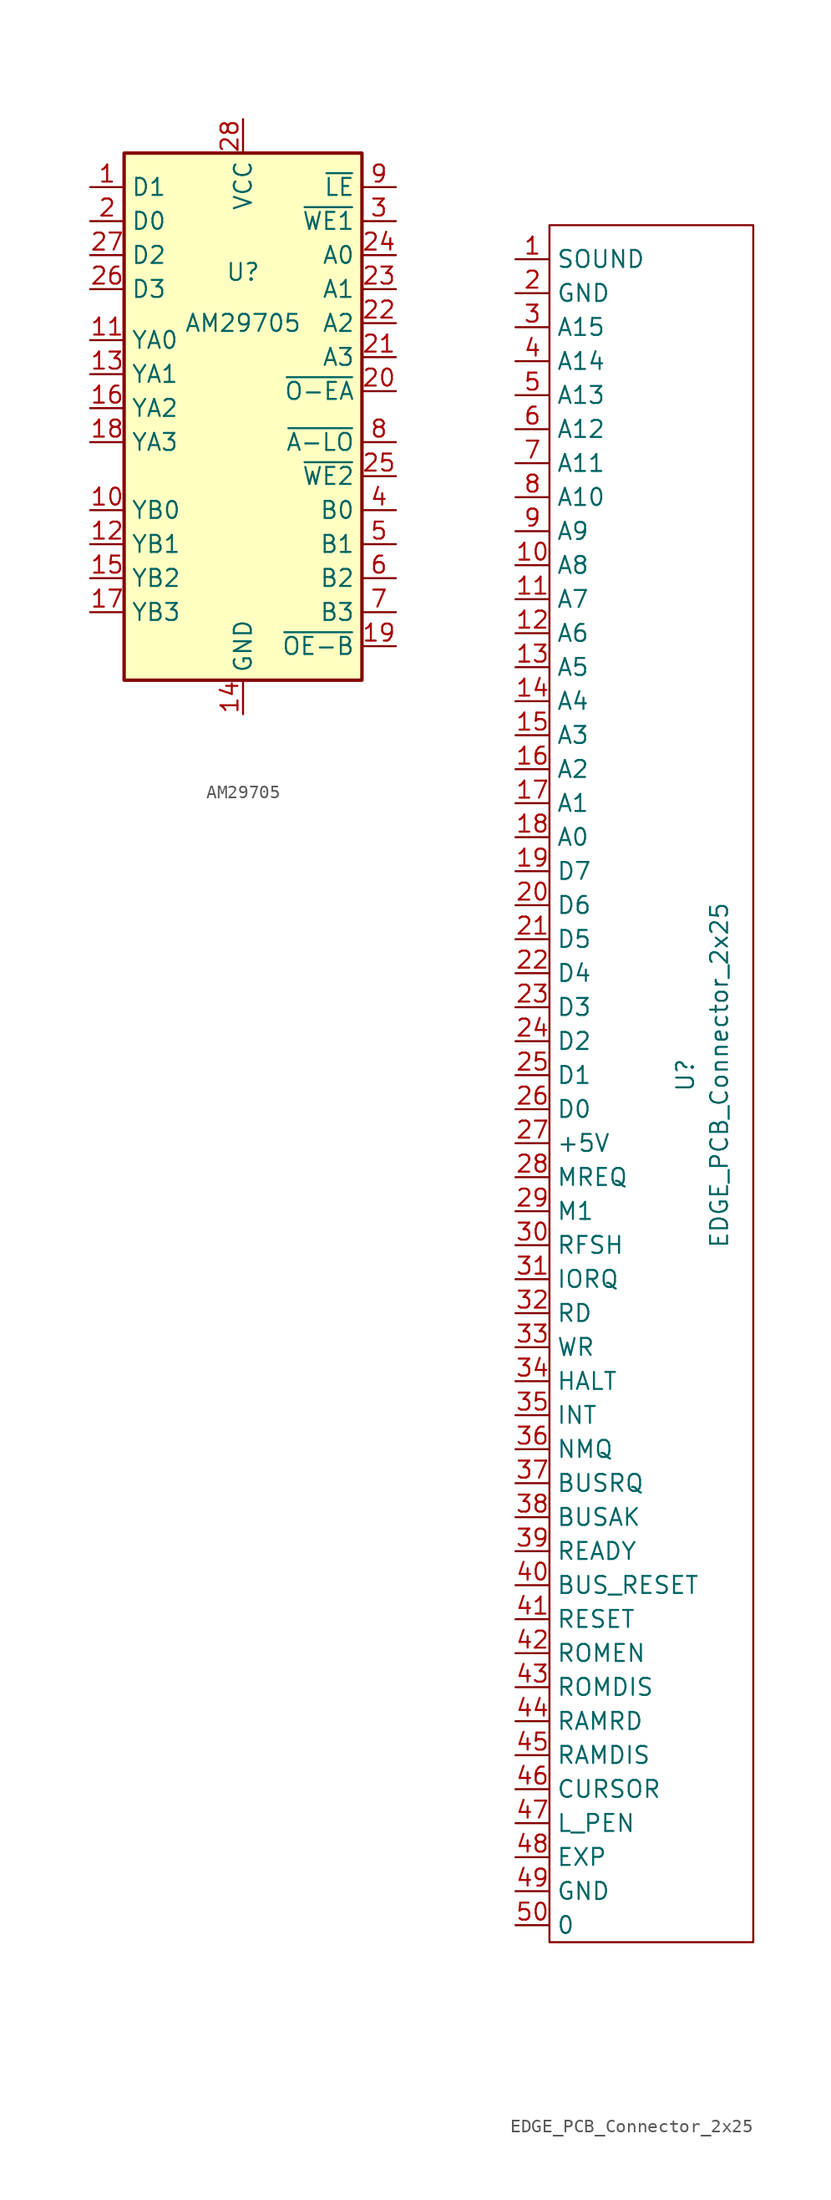
<source format=kicad_sym>
(kicad_symbol_lib
  (version 20211014)
  (generator kicad_symbol_editor)
  (symbol "AM29705"
    (property "Reference" "U"
      (at 8.89 -8.89 0)
      (effects (font (size 1.27 1.27))))
    (property "Value" "AM29705"
      (at 8.89 -12.7 0)
      (effects (font (size 1.27 1.27))))
    (symbol "AM29705_0_0"
      (rectangle (start 0 0) (end 17.78 -39.37) (stroke (width 0.254) (type default) (color 0 0 0 0)) (fill (type background)))
      (pin input line (at -2.54 -2.54 0) (length 2.54) (name "D1" (effects (font (size 1.27 1.27)))) (number "1" (effects (font (size 1.27 1.27)))))
      (pin output line (at -2.54 -26.67 0) (length 2.54) (name "YB0" (effects (font (size 1.27 1.27)))) (number "10" (effects (font (size 1.27 1.27)))))
      (pin output line (at -2.54 -13.97 0) (length 2.54) (name "YA0" (effects (font (size 1.27 1.27)))) (number "11" (effects (font (size 1.27 1.27)))))
      (pin output line (at -2.54 -29.21 0) (length 2.54) (name "YB1" (effects (font (size 1.27 1.27)))) (number "12" (effects (font (size 1.27 1.27)))))
      (pin output line (at -2.54 -16.51 0) (length 2.54) (name "YA1" (effects (font (size 1.27 1.27)))) (number "13" (effects (font (size 1.27 1.27)))))
      (pin power_in line (at 8.89 -41.91 90) (length 2.54) (name "GND" (effects (font (size 1.27 1.27)))) (number "14" (effects (font (size 1.27 1.27)))))
      (pin output line (at -2.54 -31.75 0) (length 2.54) (name "YB2" (effects (font (size 1.27 1.27)))) (number "15" (effects (font (size 1.27 1.27)))))
      (pin output line (at -2.54 -19.05 0) (length 2.54) (name "YA2" (effects (font (size 1.27 1.27)))) (number "16" (effects (font (size 1.27 1.27)))))
      (pin output line (at -2.54 -34.29 0) (length 2.54) (name "YB3" (effects (font (size 1.27 1.27)))) (number "17" (effects (font (size 1.27 1.27)))))
      (pin output line (at -2.54 -21.59 0) (length 2.54) (name "YA3" (effects (font (size 1.27 1.27)))) (number "18" (effects (font (size 1.27 1.27)))))
      (pin output line (at 20.32 -36.83 180) (length 2.54) (name "~{OE-B}" (effects (font (size 1.27 1.27)))) (number "19" (effects (font (size 1.27 1.27)))))
      (pin input line (at -2.54 -5.08 0) (length 2.54) (name "D0" (effects (font (size 1.27 1.27)))) (number "2" (effects (font (size 1.27 1.27)))))
      (pin output line (at 20.32 -17.78 180) (length 2.54) (name "~{O-EA}" (effects (font (size 1.27 1.27)))) (number "20" (effects (font (size 1.27 1.27)))))
      (pin input line (at 20.32 -15.24 180) (length 2.54) (name "A3" (effects (font (size 1.27 1.27)))) (number "21" (effects (font (size 1.27 1.27)))))
      (pin input line (at 20.32 -12.7 180) (length 2.54) (name "A2" (effects (font (size 1.27 1.27)))) (number "22" (effects (font (size 1.27 1.27)))))
      (pin input line (at 20.32 -10.16 180) (length 2.54) (name "A1" (effects (font (size 1.27 1.27)))) (number "23" (effects (font (size 1.27 1.27)))))
      (pin input line (at 20.32 -7.62 180) (length 2.54) (name "A0" (effects (font (size 1.27 1.27)))) (number "24" (effects (font (size 1.27 1.27)))))
      (pin input line (at 20.32 -24.13 180) (length 2.54) (name "~{WE2}" (effects (font (size 1.27 1.27)))) (number "25" (effects (font (size 1.27 1.27)))))
      (pin input line (at -2.54 -10.16 0) (length 2.54) (name "D3" (effects (font (size 1.27 1.27)))) (number "26" (effects (font (size 1.27 1.27)))))
      (pin input line (at -2.54 -7.62 0) (length 2.54) (name "D2" (effects (font (size 1.27 1.27)))) (number "27" (effects (font (size 1.27 1.27)))))
      (pin power_in line (at 8.89 2.54 270) (length 2.54) (name "VCC" (effects (font (size 1.27 1.27)))) (number "28" (effects (font (size 1.27 1.27)))))
      (pin input line (at 20.32 -5.08 180) (length 2.54) (name "~{WE1}" (effects (font (size 1.27 1.27)))) (number "3" (effects (font (size 1.27 1.27)))))
      (pin input line (at 20.32 -26.67 180) (length 2.54) (name "B0" (effects (font (size 1.27 1.27)))) (number "4" (effects (font (size 1.27 1.27)))))
      (pin input line (at 20.32 -29.21 180) (length 2.54) (name "B1" (effects (font (size 1.27 1.27)))) (number "5" (effects (font (size 1.27 1.27)))))
      (pin input line (at 20.32 -31.75 180) (length 2.54) (name "B2" (effects (font (size 1.27 1.27)))) (number "6" (effects (font (size 1.27 1.27)))))
      (pin input line (at 20.32 -34.29 180) (length 2.54) (name "B3" (effects (font (size 1.27 1.27)))) (number "7" (effects (font (size 1.27 1.27)))))
      (pin input line (at 20.32 -21.59 180) (length 2.54) (name "~{A-LO}" (effects (font (size 1.27 1.27)))) (number "8" (effects (font (size 1.27 1.27)))))
      (pin input line (at 20.32 -2.54 180) (length 2.54) (name "~{LE}" (effects (font (size 1.27 1.27)))) (number "9" (effects (font (size 1.27 1.27)))))))
  (symbol "EDGE_PCB_Connector_2x25"
    (property "Reference" "U"
      (at 10.16 64.77 90)
      (effects (font (size 1.27 1.27))))
    (property "Value" "EDGE_PCB_Connector_2x25"
      (at 12.7 64.77 90)
      (effects (font (size 1.27 1.27))))
    (symbol "EDGE_PCB_Connector_2x25_0_0"
      (pin input line (at -2.54 125.73 0) (length 2.54) (name "SOUND" (effects (font (size 1.27 1.27)))) (number "1" (effects (font (size 1.27 1.27)))))
      (pin input line (at -2.54 102.87 0) (length 2.54) (name "A8" (effects (font (size 1.27 1.27)))) (number "10" (effects (font (size 1.27 1.27)))))
      (pin input line (at -2.54 100.33 0) (length 2.54) (name "A7" (effects (font (size 1.27 1.27)))) (number "11" (effects (font (size 1.27 1.27)))))
      (pin input line (at -2.54 97.79 0) (length 2.54) (name "A6" (effects (font (size 1.27 1.27)))) (number "12" (effects (font (size 1.27 1.27)))))
      (pin input line (at -2.54 95.25 0) (length 2.54) (name "A5" (effects (font (size 1.27 1.27)))) (number "13" (effects (font (size 1.27 1.27)))))
      (pin input line (at -2.54 92.71 0) (length 2.54) (name "A4" (effects (font (size 1.27 1.27)))) (number "14" (effects (font (size 1.27 1.27)))))
      (pin input line (at -2.54 90.17 0) (length 2.54) (name "A3" (effects (font (size 1.27 1.27)))) (number "15" (effects (font (size 1.27 1.27)))))
      (pin input line (at -2.54 87.63 0) (length 2.54) (name "A2" (effects (font (size 1.27 1.27)))) (number "16" (effects (font (size 1.27 1.27)))))
      (pin input line (at -2.54 85.09 0) (length 2.54) (name "A1" (effects (font (size 1.27 1.27)))) (number "17" (effects (font (size 1.27 1.27)))))
      (pin input line (at -2.54 82.55 0) (length 2.54) (name "A0" (effects (font (size 1.27 1.27)))) (number "18" (effects (font (size 1.27 1.27)))))
      (pin input line (at -2.54 80.01 0) (length 2.54) (name "D7" (effects (font (size 1.27 1.27)))) (number "19" (effects (font (size 1.27 1.27)))))
      (pin input line (at -2.54 123.19 0) (length 2.54) (name "GND" (effects (font (size 1.27 1.27)))) (number "2" (effects (font (size 1.27 1.27)))))
      (pin input line (at -2.54 77.47 0) (length 2.54) (name "D6" (effects (font (size 1.27 1.27)))) (number "20" (effects (font (size 1.27 1.27)))))
      (pin input line (at -2.54 74.93 0) (length 2.54) (name "D5" (effects (font (size 1.27 1.27)))) (number "21" (effects (font (size 1.27 1.27)))))
      (pin input line (at -2.54 72.39 0) (length 2.54) (name "D4" (effects (font (size 1.27 1.27)))) (number "22" (effects (font (size 1.27 1.27)))))
      (pin input line (at -2.54 69.85 0) (length 2.54) (name "D3" (effects (font (size 1.27 1.27)))) (number "23" (effects (font (size 1.27 1.27)))))
      (pin input line (at -2.54 67.31 0) (length 2.54) (name "D2" (effects (font (size 1.27 1.27)))) (number "24" (effects (font (size 1.27 1.27)))))
      (pin input line (at -2.54 64.77 0) (length 2.54) (name "D1" (effects (font (size 1.27 1.27)))) (number "25" (effects (font (size 1.27 1.27)))))
      (pin input line (at -2.54 62.23 0) (length 2.54) (name "D0" (effects (font (size 1.27 1.27)))) (number "26" (effects (font (size 1.27 1.27)))))
      (pin input line (at -2.54 59.69 0) (length 2.54) (name "+5V" (effects (font (size 1.27 1.27)))) (number "27" (effects (font (size 1.27 1.27)))))
      (pin input line (at -2.54 57.15 0) (length 2.54) (name "MREQ" (effects (font (size 1.27 1.27)))) (number "28" (effects (font (size 1.27 1.27)))))
      (pin input line (at -2.54 54.61 0) (length 2.54) (name "M1" (effects (font (size 1.27 1.27)))) (number "29" (effects (font (size 1.27 1.27)))))
      (pin input line (at -2.54 120.65 0) (length 2.54) (name "A15" (effects (font (size 1.27 1.27)))) (number "3" (effects (font (size 1.27 1.27)))))
      (pin input line (at -2.54 52.07 0) (length 2.54) (name "RFSH" (effects (font (size 1.27 1.27)))) (number "30" (effects (font (size 1.27 1.27)))))
      (pin input line (at -2.54 49.53 0) (length 2.54) (name "IORQ" (effects (font (size 1.27 1.27)))) (number "31" (effects (font (size 1.27 1.27)))))
      (pin input line (at -2.54 46.99 0) (length 2.54) (name "RD" (effects (font (size 1.27 1.27)))) (number "32" (effects (font (size 1.27 1.27)))))
      (pin input line (at -2.54 44.45 0) (length 2.54) (name "WR" (effects (font (size 1.27 1.27)))) (number "33" (effects (font (size 1.27 1.27)))))
      (pin input line (at -2.54 41.91 0) (length 2.54) (name "HALT" (effects (font (size 1.27 1.27)))) (number "34" (effects (font (size 1.27 1.27)))))
      (pin input line (at -2.54 39.37 0) (length 2.54) (name "INT" (effects (font (size 1.27 1.27)))) (number "35" (effects (font (size 1.27 1.27)))))
      (pin input line (at -2.54 36.83 0) (length 2.54) (name "NMQ" (effects (font (size 1.27 1.27)))) (number "36" (effects (font (size 1.27 1.27)))))
      (pin input line (at -2.54 34.29 0) (length 2.54) (name "BUSRQ" (effects (font (size 1.27 1.27)))) (number "37" (effects (font (size 1.27 1.27)))))
      (pin input line (at -2.54 31.75 0) (length 2.54) (name "BUSAK" (effects (font (size 1.27 1.27)))) (number "38" (effects (font (size 1.27 1.27)))))
      (pin input line (at -2.54 29.21 0) (length 2.54) (name "READY" (effects (font (size 1.27 1.27)))) (number "39" (effects (font (size 1.27 1.27)))))
      (pin input line (at -2.54 118.11 0) (length 2.54) (name "A14" (effects (font (size 1.27 1.27)))) (number "4" (effects (font (size 1.27 1.27)))))
      (pin input line (at -2.54 26.67 0) (length 2.54) (name "BUS_RESET" (effects (font (size 1.27 1.27)))) (number "40" (effects (font (size 1.27 1.27)))))
      (pin input line (at -2.54 24.13 0) (length 2.54) (name "RESET" (effects (font (size 1.27 1.27)))) (number "41" (effects (font (size 1.27 1.27)))))
      (pin input line (at -2.54 21.59 0) (length 2.54) (name "ROMEN" (effects (font (size 1.27 1.27)))) (number "42" (effects (font (size 1.27 1.27)))))
      (pin input line (at -2.54 19.05 0) (length 2.54) (name "ROMDIS" (effects (font (size 1.27 1.27)))) (number "43" (effects (font (size 1.27 1.27)))))
      (pin input line (at -2.54 16.51 0) (length 2.54) (name "RAMRD" (effects (font (size 1.27 1.27)))) (number "44" (effects (font (size 1.27 1.27)))))
      (pin input line (at -2.54 13.97 0) (length 2.54) (name "RAMDIS" (effects (font (size 1.27 1.27)))) (number "45" (effects (font (size 1.27 1.27)))))
      (pin input line (at -2.54 11.43 0) (length 2.54) (name "CURSOR" (effects (font (size 1.27 1.27)))) (number "46" (effects (font (size 1.27 1.27)))))
      (pin input line (at -2.54 8.89 0) (length 2.54) (name "L_PEN" (effects (font (size 1.27 1.27)))) (number "47" (effects (font (size 1.27 1.27)))))
      (pin input line (at -2.54 6.35 0) (length 2.54) (name "EXP" (effects (font (size 1.27 1.27)))) (number "48" (effects (font (size 1.27 1.27)))))
      (pin input line (at -2.54 3.81 0) (length 2.54) (name "GND" (effects (font (size 1.27 1.27)))) (number "49" (effects (font (size 1.27 1.27)))))
      (pin input line (at -2.54 115.57 0) (length 2.54) (name "A13" (effects (font (size 1.27 1.27)))) (number "5" (effects (font (size 1.27 1.27)))))
      (pin input line (at -2.54 1.27 0) (length 2.54) (name "0" (effects (font (size 1.27 1.27)))) (number "50" (effects (font (size 1.27 1.27)))))
      (pin input line (at -2.54 113.03 0) (length 2.54) (name "A12" (effects (font (size 1.27 1.27)))) (number "6" (effects (font (size 1.27 1.27)))))
      (pin input line (at -2.54 110.49 0) (length 2.54) (name "A11" (effects (font (size 1.27 1.27)))) (number "7" (effects (font (size 1.27 1.27)))))
      (pin input line (at -2.54 107.95 0) (length 2.54) (name "A10" (effects (font (size 1.27 1.27)))) (number "8" (effects (font (size 1.27 1.27)))))
      (pin input line (at -2.54 105.41 0) (length 2.54) (name "A9" (effects (font (size 1.27 1.27)))) (number "9" (effects (font (size 1.27 1.27))))))
    (symbol "EDGE_PCB_Connector_2x25_0_1"
      (rectangle (start 0 128.27) (end 15.24 0) (stroke (width 0) (type default) (color 0 0 0 0)) (fill (type none))))))
</source>
